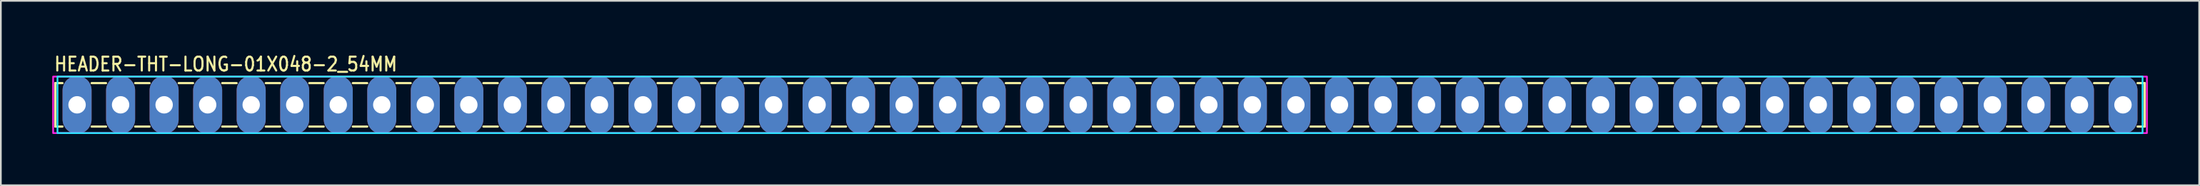
<source format=kicad_pcb>
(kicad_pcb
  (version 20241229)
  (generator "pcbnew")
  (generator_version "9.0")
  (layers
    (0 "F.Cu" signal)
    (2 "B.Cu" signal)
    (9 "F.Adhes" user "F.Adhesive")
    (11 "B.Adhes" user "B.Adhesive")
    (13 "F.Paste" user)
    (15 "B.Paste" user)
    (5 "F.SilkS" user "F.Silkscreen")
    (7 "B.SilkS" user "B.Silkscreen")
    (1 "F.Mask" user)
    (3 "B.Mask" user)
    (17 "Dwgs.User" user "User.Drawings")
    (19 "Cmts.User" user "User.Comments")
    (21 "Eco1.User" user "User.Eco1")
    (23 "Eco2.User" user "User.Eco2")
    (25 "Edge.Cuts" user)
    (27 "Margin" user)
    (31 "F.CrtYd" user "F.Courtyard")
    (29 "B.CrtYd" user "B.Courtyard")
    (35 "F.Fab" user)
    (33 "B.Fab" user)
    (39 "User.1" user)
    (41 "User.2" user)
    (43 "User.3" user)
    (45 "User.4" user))
  (footprint "HEADER-THT-LONG-01X048-2_54MM"
    (layer "F.Cu")
    (at 1.447 3.079)
    (property "Reference" "HEADER-THT-LONG-01X048-2_54MM" (at -1.4 -1.9 0) (unlocked yes) (layer "F.SilkS") (effects (font (size 0.813 0.695) (thickness 0.122)) (justify left bottom)))
    (fp_line (start -1.27 -1.27) (end -1.27 1.27) (stroke (width 0.127) (type solid)) (layer "F.SilkS"))
    (fp_line (start -1.27 1.27) (end -0.85 1.27) (stroke (width 0.127) (type solid)) (layer "F.SilkS"))
    (fp_line (start -0.85 -1.27) (end -1.27 -1.27) (stroke (width 0.127) (type solid)) (layer "F.SilkS"))
    (fp_line (start 0.85 -1.27) (end 1.69 -1.27) (stroke (width 0.127) (type solid)) (layer "F.SilkS"))
    (fp_line (start 0.85 1.27) (end 1.69 1.27) (stroke (width 0.127) (type solid)) (layer "F.SilkS"))
    (fp_line (start 3.39 -1.27) (end 4.23 -1.27) (stroke (width 0.127) (type solid)) (layer "F.SilkS"))
    (fp_line (start 3.39 1.27) (end 4.23 1.27) (stroke (width 0.127) (type solid)) (layer "F.SilkS"))
    (fp_line (start 5.93 -1.27) (end 6.77 -1.27) (stroke (width 0.127) (type solid)) (layer "F.SilkS"))
    (fp_line (start 5.93 1.27) (end 6.77 1.27) (stroke (width 0.127) (type solid)) (layer "F.SilkS"))
    (fp_line (start 8.47 -1.27) (end 9.31 -1.27) (stroke (width 0.127) (type solid)) (layer "F.SilkS"))
    (fp_line (start 8.47 1.27) (end 9.31 1.27) (stroke (width 0.127) (type solid)) (layer "F.SilkS"))
    (fp_line (start 11.01 -1.27) (end 11.85 -1.27) (stroke (width 0.127) (type solid)) (layer "F.SilkS"))
    (fp_line (start 11.01 1.27) (end 11.85 1.27) (stroke (width 0.127) (type solid)) (layer "F.SilkS"))
    (fp_line (start 13.55 -1.27) (end 14.39 -1.27) (stroke (width 0.127) (type solid)) (layer "F.SilkS"))
    (fp_line (start 13.55 1.27) (end 14.39 1.27) (stroke (width 0.127) (type solid)) (layer "F.SilkS"))
    (fp_line (start 16.09 -1.27) (end 16.93 -1.27) (stroke (width 0.127) (type solid)) (layer "F.SilkS"))
    (fp_line (start 16.09 1.27) (end 16.93 1.27) (stroke (width 0.127) (type solid)) (layer "F.SilkS"))
    (fp_line (start 18.63 -1.27) (end 19.47 -1.27) (stroke (width 0.127) (type solid)) (layer "F.SilkS"))
    (fp_line (start 18.63 1.27) (end 19.47 1.27) (stroke (width 0.127) (type solid)) (layer "F.SilkS"))
    (fp_line (start 21.17 -1.27) (end 22.01 -1.27) (stroke (width 0.127) (type solid)) (layer "F.SilkS"))
    (fp_line (start 21.17 1.27) (end 22.01 1.27) (stroke (width 0.127) (type solid)) (layer "F.SilkS"))
    (fp_line (start 23.71 -1.27) (end 24.55 -1.27) (stroke (width 0.127) (type solid)) (layer "F.SilkS"))
    (fp_line (start 23.71 1.27) (end 24.55 1.27) (stroke (width 0.127) (type solid)) (layer "F.SilkS"))
    (fp_line (start 26.25 -1.27) (end 27.09 -1.27) (stroke (width 0.127) (type solid)) (layer "F.SilkS"))
    (fp_line (start 26.25 1.27) (end 27.09 1.27) (stroke (width 0.127) (type solid)) (layer "F.SilkS"))
    (fp_line (start 28.79 -1.27) (end 29.63 -1.27) (stroke (width 0.127) (type solid)) (layer "F.SilkS"))
    (fp_line (start 28.79 1.27) (end 29.63 1.27) (stroke (width 0.127) (type solid)) (layer "F.SilkS"))
    (fp_line (start 31.33 -1.27) (end 32.17 -1.27) (stroke (width 0.127) (type solid)) (layer "F.SilkS"))
    (fp_line (start 31.33 1.27) (end 32.17 1.27) (stroke (width 0.127) (type solid)) (layer "F.SilkS"))
    (fp_line (start 33.87 -1.27) (end 34.71 -1.27) (stroke (width 0.127) (type solid)) (layer "F.SilkS"))
    (fp_line (start 33.87 1.27) (end 34.71 1.27) (stroke (width 0.127) (type solid)) (layer "F.SilkS"))
    (fp_line (start 36.41 -1.27) (end 37.25 -1.27) (stroke (width 0.127) (type solid)) (layer "F.SilkS"))
    (fp_line (start 36.41 1.27) (end 37.25 1.27) (stroke (width 0.127) (type solid)) (layer "F.SilkS"))
    (fp_line (start 38.95 -1.27) (end 39.79 -1.27) (stroke (width 0.127) (type solid)) (layer "F.SilkS"))
    (fp_line (start 38.95 1.27) (end 39.79 1.27) (stroke (width 0.127) (type solid)) (layer "F.SilkS"))
    (fp_line (start 41.49 -1.27) (end 42.33 -1.27) (stroke (width 0.127) (type solid)) (layer "F.SilkS"))
    (fp_line (start 41.49 1.27) (end 42.33 1.27) (stroke (width 0.127) (type solid)) (layer "F.SilkS"))
    (fp_line (start 44.03 -1.27) (end 44.87 -1.27) (stroke (width 0.127) (type solid)) (layer "F.SilkS"))
    (fp_line (start 44.03 1.27) (end 44.87 1.27) (stroke (width 0.127) (type solid)) (layer "F.SilkS"))
    (fp_line (start 46.57 -1.27) (end 47.41 -1.27) (stroke (width 0.127) (type solid)) (layer "F.SilkS"))
    (fp_line (start 46.57 1.27) (end 47.41 1.27) (stroke (width 0.127) (type solid)) (layer "F.SilkS"))
    (fp_line (start 49.11 -1.27) (end 49.95 -1.27) (stroke (width 0.127) (type solid)) (layer "F.SilkS"))
    (fp_line (start 49.11 1.27) (end 49.95 1.27) (stroke (width 0.127) (type solid)) (layer "F.SilkS"))
    (fp_line (start 51.65 -1.27) (end 52.49 -1.27) (stroke (width 0.127) (type solid)) (layer "F.SilkS"))
    (fp_line (start 51.65 1.27) (end 52.49 1.27) (stroke (width 0.127) (type solid)) (layer "F.SilkS"))
    (fp_line (start 54.19 -1.27) (end 55.03 -1.27) (stroke (width 0.127) (type solid)) (layer "F.SilkS"))
    (fp_line (start 54.19 1.27) (end 55.03 1.27) (stroke (width 0.127) (type solid)) (layer "F.SilkS"))
    (fp_line (start 56.73 -1.27) (end 57.57 -1.27) (stroke (width 0.127) (type solid)) (layer "F.SilkS"))
    (fp_line (start 56.73 1.27) (end 57.57 1.27) (stroke (width 0.127) (type solid)) (layer "F.SilkS"))
    (fp_line (start 59.27 -1.27) (end 60.11 -1.27) (stroke (width 0.127) (type solid)) (layer "F.SilkS"))
    (fp_line (start 59.27 1.27) (end 60.11 1.27) (stroke (width 0.127) (type solid)) (layer "F.SilkS"))
    (fp_line (start 61.81 -1.27) (end 62.65 -1.27) (stroke (width 0.127) (type solid)) (layer "F.SilkS"))
    (fp_line (start 61.81 1.27) (end 62.65 1.27) (stroke (width 0.127) (type solid)) (layer "F.SilkS"))
    (fp_line (start 64.35 -1.27) (end 65.19 -1.27) (stroke (width 0.127) (type solid)) (layer "F.SilkS"))
    (fp_line (start 64.35 1.27) (end 65.19 1.27) (stroke (width 0.127) (type solid)) (layer "F.SilkS"))
    (fp_line (start 66.89 -1.27) (end 67.73 -1.27) (stroke (width 0.127) (type solid)) (layer "F.SilkS"))
    (fp_line (start 66.89 1.27) (end 67.73 1.27) (stroke (width 0.127) (type solid)) (layer "F.SilkS"))
    (fp_line (start 69.43 -1.27) (end 70.27 -1.27) (stroke (width 0.127) (type solid)) (layer "F.SilkS"))
    (fp_line (start 69.43 1.27) (end 70.27 1.27) (stroke (width 0.127) (type solid)) (layer "F.SilkS"))
    (fp_line (start 71.97 -1.27) (end 72.81 -1.27) (stroke (width 0.127) (type solid)) (layer "F.SilkS"))
    (fp_line (start 71.97 1.27) (end 72.81 1.27) (stroke (width 0.127) (type solid)) (layer "F.SilkS"))
    (fp_line (start 74.51 -1.27) (end 75.35 -1.27) (stroke (width 0.127) (type solid)) (layer "F.SilkS"))
    (fp_line (start 74.51 1.27) (end 75.35 1.27) (stroke (width 0.127) (type solid)) (layer "F.SilkS"))
    (fp_line (start 77.05 -1.27) (end 77.89 -1.27) (stroke (width 0.127) (type solid)) (layer "F.SilkS"))
    (fp_line (start 77.05 1.27) (end 77.89 1.27) (stroke (width 0.127) (type solid)) (layer "F.SilkS"))
    (fp_line (start 79.59 -1.27) (end 80.43 -1.27) (stroke (width 0.127) (type solid)) (layer "F.SilkS"))
    (fp_line (start 79.59 1.27) (end 80.43 1.27) (stroke (width 0.127) (type solid)) (layer "F.SilkS"))
    (fp_line (start 82.13 -1.27) (end 82.97 -1.27) (stroke (width 0.127) (type solid)) (layer "F.SilkS"))
    (fp_line (start 82.13 1.27) (end 82.97 1.27) (stroke (width 0.127) (type solid)) (layer "F.SilkS"))
    (fp_line (start 84.67 -1.27) (end 85.51 -1.27) (stroke (width 0.127) (type solid)) (layer "F.SilkS"))
    (fp_line (start 84.67 1.27) (end 85.51 1.27) (stroke (width 0.127) (type solid)) (layer "F.SilkS"))
    (fp_line (start 87.21 -1.27) (end 88.05 -1.27) (stroke (width 0.127) (type solid)) (layer "F.SilkS"))
    (fp_line (start 87.21 1.27) (end 88.05 1.27) (stroke (width 0.127) (type solid)) (layer "F.SilkS"))
    (fp_line (start 89.75 -1.27) (end 90.59 -1.27) (stroke (width 0.127) (type solid)) (layer "F.SilkS"))
    (fp_line (start 89.75 1.27) (end 90.59 1.27) (stroke (width 0.127) (type solid)) (layer "F.SilkS"))
    (fp_line (start 92.29 -1.27) (end 93.13 -1.27) (stroke (width 0.127) (type solid)) (layer "F.SilkS"))
    (fp_line (start 92.29 1.27) (end 93.13 1.27) (stroke (width 0.127) (type solid)) (layer "F.SilkS"))
    (fp_line (start 94.83 -1.27) (end 95.67 -1.27) (stroke (width 0.127) (type solid)) (layer "F.SilkS"))
    (fp_line (start 94.83 1.27) (end 95.67 1.27) (stroke (width 0.127) (type solid)) (layer "F.SilkS"))
    (fp_line (start 97.37 -1.27) (end 98.21 -1.27) (stroke (width 0.127) (type solid)) (layer "F.SilkS"))
    (fp_line (start 97.37 1.27) (end 98.21 1.27) (stroke (width 0.127) (type solid)) (layer "F.SilkS"))
    (fp_line (start 99.91 -1.27) (end 100.75 -1.27) (stroke (width 0.127) (type solid)) (layer "F.SilkS"))
    (fp_line (start 99.91 1.27) (end 100.75 1.27) (stroke (width 0.127) (type solid)) (layer "F.SilkS"))
    (fp_line (start 102.45 -1.27) (end 103.29 -1.27) (stroke (width 0.127) (type solid)) (layer "F.SilkS"))
    (fp_line (start 102.45 1.27) (end 103.29 1.27) (stroke (width 0.127) (type solid)) (layer "F.SilkS"))
    (fp_line (start 104.99 -1.27) (end 105.83 -1.27) (stroke (width 0.127) (type solid)) (layer "F.SilkS"))
    (fp_line (start 104.99 1.27) (end 105.83 1.27) (stroke (width 0.127) (type solid)) (layer "F.SilkS"))
    (fp_line (start 107.53 -1.27) (end 108.37 -1.27) (stroke (width 0.127) (type solid)) (layer "F.SilkS"))
    (fp_line (start 107.53 1.27) (end 108.37 1.27) (stroke (width 0.127) (type solid)) (layer "F.SilkS"))
    (fp_line (start 110.07 -1.27) (end 110.91 -1.27) (stroke (width 0.127) (type solid)) (layer "F.SilkS"))
    (fp_line (start 110.07 1.27) (end 110.91 1.27) (stroke (width 0.127) (type solid)) (layer "F.SilkS"))
    (fp_line (start 112.61 -1.27) (end 113.45 -1.27) (stroke (width 0.127) (type solid)) (layer "F.SilkS"))
    (fp_line (start 112.61 1.27) (end 113.45 1.27) (stroke (width 0.127) (type solid)) (layer "F.SilkS"))
    (fp_line (start 115.15 -1.27) (end 115.99 -1.27) (stroke (width 0.127) (type solid)) (layer "F.SilkS"))
    (fp_line (start 115.15 1.27) (end 115.99 1.27) (stroke (width 0.127) (type solid)) (layer "F.SilkS"))
    (fp_line (start 117.69 -1.27) (end 118.53 -1.27) (stroke (width 0.127) (type solid)) (layer "F.SilkS"))
    (fp_line (start 117.69 1.27) (end 118.53 1.27) (stroke (width 0.127) (type solid)) (layer "F.SilkS"))
    (fp_line (start 120.23 -1.27) (end 120.65 -1.27) (stroke (width 0.127) (type solid)) (layer "F.SilkS"))
    (fp_line (start 120.65 -1.27) (end 120.65 1.27) (stroke (width 0.127) (type solid)) (layer "F.SilkS"))
    (fp_line (start 120.65 1.27) (end 120.23 1.27) (stroke (width 0.127) (type solid)) (layer "F.SilkS"))
    (fp_poly (pts (xy -1.143 -1.651) (xy 120.523 -1.651) (xy 120.523 1.651) (xy -1.143 1.651)) (stroke (width 0.1) (type solid)) (fill no) (layer "B.CrtYd"))
    (fp_poly (pts (xy -1.397 -1.651) (xy 120.777 -1.651) (xy 120.777 1.651) (xy -1.397 1.651)) (stroke (width 0.1) (type solid)) (fill no) (layer "F.CrtYd"))
    (pad "1" thru_hole oval (at 0 0 90) (size 3.387 1.693) (drill 1.016) (layers "*.Cu" "*.Mask"))
    (pad "2" thru_hole oval (at 2.54 0 90) (size 3.387 1.693) (drill 1.016) (layers "*.Cu" "*.Mask"))
    (pad "3" thru_hole oval (at 5.08 0 90) (size 3.387 1.693) (drill 1.016) (layers "*.Cu" "*.Mask"))
    (pad "4" thru_hole oval (at 7.62 0 90) (size 3.387 1.693) (drill 1.016) (layers "*.Cu" "*.Mask"))
    (pad "5" thru_hole oval (at 10.16 0 90) (size 3.387 1.693) (drill 1.016) (layers "*.Cu" "*.Mask"))
    (pad "6" thru_hole oval (at 12.7 0 90) (size 3.387 1.693) (drill 1.016) (layers "*.Cu" "*.Mask"))
    (pad "7" thru_hole oval (at 15.24 0 90) (size 3.387 1.693) (drill 1.016) (layers "*.Cu" "*.Mask"))
    (pad "8" thru_hole oval (at 17.78 0 90) (size 3.387 1.693) (drill 1.016) (layers "*.Cu" "*.Mask"))
    (pad "9" thru_hole oval (at 20.32 0 90) (size 3.387 1.693) (drill 1.016) (layers "*.Cu" "*.Mask"))
    (pad "10" thru_hole oval (at 22.86 0 90) (size 3.387 1.693) (drill 1.016) (layers "*.Cu" "*.Mask"))
    (pad "11" thru_hole oval (at 25.4 0 90) (size 3.387 1.693) (drill 1.016) (layers "*.Cu" "*.Mask"))
    (pad "12" thru_hole oval (at 27.94 0 90) (size 3.387 1.693) (drill 1.016) (layers "*.Cu" "*.Mask"))
    (pad "13" thru_hole oval (at 30.48 0 90) (size 3.387 1.693) (drill 1.016) (layers "*.Cu" "*.Mask"))
    (pad "14" thru_hole oval (at 33.02 0 90) (size 3.387 1.693) (drill 1.016) (layers "*.Cu" "*.Mask"))
    (pad "15" thru_hole oval (at 35.56 0 90) (size 3.387 1.693) (drill 1.016) (layers "*.Cu" "*.Mask"))
    (pad "16" thru_hole oval (at 38.1 0 90) (size 3.387 1.693) (drill 1.016) (layers "*.Cu" "*.Mask"))
    (pad "17" thru_hole oval (at 40.64 0 90) (size 3.387 1.693) (drill 1.016) (layers "*.Cu" "*.Mask"))
    (pad "18" thru_hole oval (at 43.18 0 90) (size 3.387 1.693) (drill 1.016) (layers "*.Cu" "*.Mask"))
    (pad "19" thru_hole oval (at 45.72 0 90) (size 3.387 1.693) (drill 1.016) (layers "*.Cu" "*.Mask"))
    (pad "20" thru_hole oval (at 48.26 0 90) (size 3.387 1.693) (drill 1.016) (layers "*.Cu" "*.Mask"))
    (pad "21" thru_hole oval (at 50.8 0 90) (size 3.387 1.693) (drill 1.016) (layers "*.Cu" "*.Mask"))
    (pad "22" thru_hole oval (at 53.34 0 90) (size 3.387 1.693) (drill 1.016) (layers "*.Cu" "*.Mask"))
    (pad "23" thru_hole oval (at 55.88 0 90) (size 3.387 1.693) (drill 1.016) (layers "*.Cu" "*.Mask"))
    (pad "24" thru_hole oval (at 58.42 0 90) (size 3.387 1.693) (drill 1.016) (layers "*.Cu" "*.Mask"))
    (pad "25" thru_hole oval (at 60.96 0 90) (size 3.387 1.693) (drill 1.016) (layers "*.Cu" "*.Mask"))
    (pad "26" thru_hole oval (at 63.5 0 90) (size 3.387 1.693) (drill 1.016) (layers "*.Cu" "*.Mask"))
    (pad "27" thru_hole oval (at 66.04 0 90) (size 3.387 1.693) (drill 1.016) (layers "*.Cu" "*.Mask"))
    (pad "28" thru_hole oval (at 68.58 0 90) (size 3.387 1.693) (drill 1.016) (layers "*.Cu" "*.Mask"))
    (pad "29" thru_hole oval (at 71.12 0 90) (size 3.387 1.693) (drill 1.016) (layers "*.Cu" "*.Mask"))
    (pad "30" thru_hole oval (at 73.66 0 90) (size 3.387 1.693) (drill 1.016) (layers "*.Cu" "*.Mask"))
    (pad "31" thru_hole oval (at 76.2 0 90) (size 3.387 1.693) (drill 1.016) (layers "*.Cu" "*.Mask"))
    (pad "32" thru_hole oval (at 78.74 0 90) (size 3.387 1.693) (drill 1.016) (layers "*.Cu" "*.Mask"))
    (pad "33" thru_hole oval (at 81.28 0 90) (size 3.387 1.693) (drill 1.016) (layers "*.Cu" "*.Mask"))
    (pad "34" thru_hole oval (at 83.82 0 90) (size 3.387 1.693) (drill 1.016) (layers "*.Cu" "*.Mask"))
    (pad "35" thru_hole oval (at 86.36 0 90) (size 3.387 1.693) (drill 1.016) (layers "*.Cu" "*.Mask"))
    (pad "36" thru_hole oval (at 88.9 0 90) (size 3.387 1.693) (drill 1.016) (layers "*.Cu" "*.Mask"))
    (pad "37" thru_hole oval (at 91.44 0 90) (size 3.387 1.693) (drill 1.016) (layers "*.Cu" "*.Mask"))
    (pad "38" thru_hole oval (at 93.98 0 90) (size 3.387 1.693) (drill 1.016) (layers "*.Cu" "*.Mask"))
    (pad "39" thru_hole oval (at 96.52 0 90) (size 3.387 1.693) (drill 1.016) (layers "*.Cu" "*.Mask"))
    (pad "40" thru_hole oval (at 99.06 0 90) (size 3.387 1.693) (drill 1.016) (layers "*.Cu" "*.Mask"))
    (pad "41" thru_hole oval (at 101.6 0 90) (size 3.387 1.693) (drill 1.016) (layers "*.Cu" "*.Mask"))
    (pad "42" thru_hole oval (at 104.14 0 90) (size 3.387 1.693) (drill 1.016) (layers "*.Cu" "*.Mask"))
    (pad "43" thru_hole oval (at 106.68 0 90) (size 3.387 1.693) (drill 1.016) (layers "*.Cu" "*.Mask"))
    (pad "44" thru_hole oval (at 109.22 0 90) (size 3.387 1.693) (drill 1.016) (layers "*.Cu" "*.Mask"))
    (pad "45" thru_hole oval (at 111.76 0 90) (size 3.387 1.693) (drill 1.016) (layers "*.Cu" "*.Mask"))
    (pad "46" thru_hole oval (at 114.3 0 90) (size 3.387 1.693) (drill 1.016) (layers "*.Cu" "*.Mask"))
    (pad "47" thru_hole oval (at 116.84 0 90) (size 3.387 1.693) (drill 1.016) (layers "*.Cu" "*.Mask"))
    (pad "48" thru_hole oval (at 119.38 0 90) (size 3.387 1.693) (drill 1.016) (layers "*.Cu" "*.Mask")))
  (gr_rect
    (start -3 -3)
    (end 125.274 7.78)
    (stroke (width 0.1) (type default))
    (fill no)
    (layer "Edge.Cuts")))
</source>
